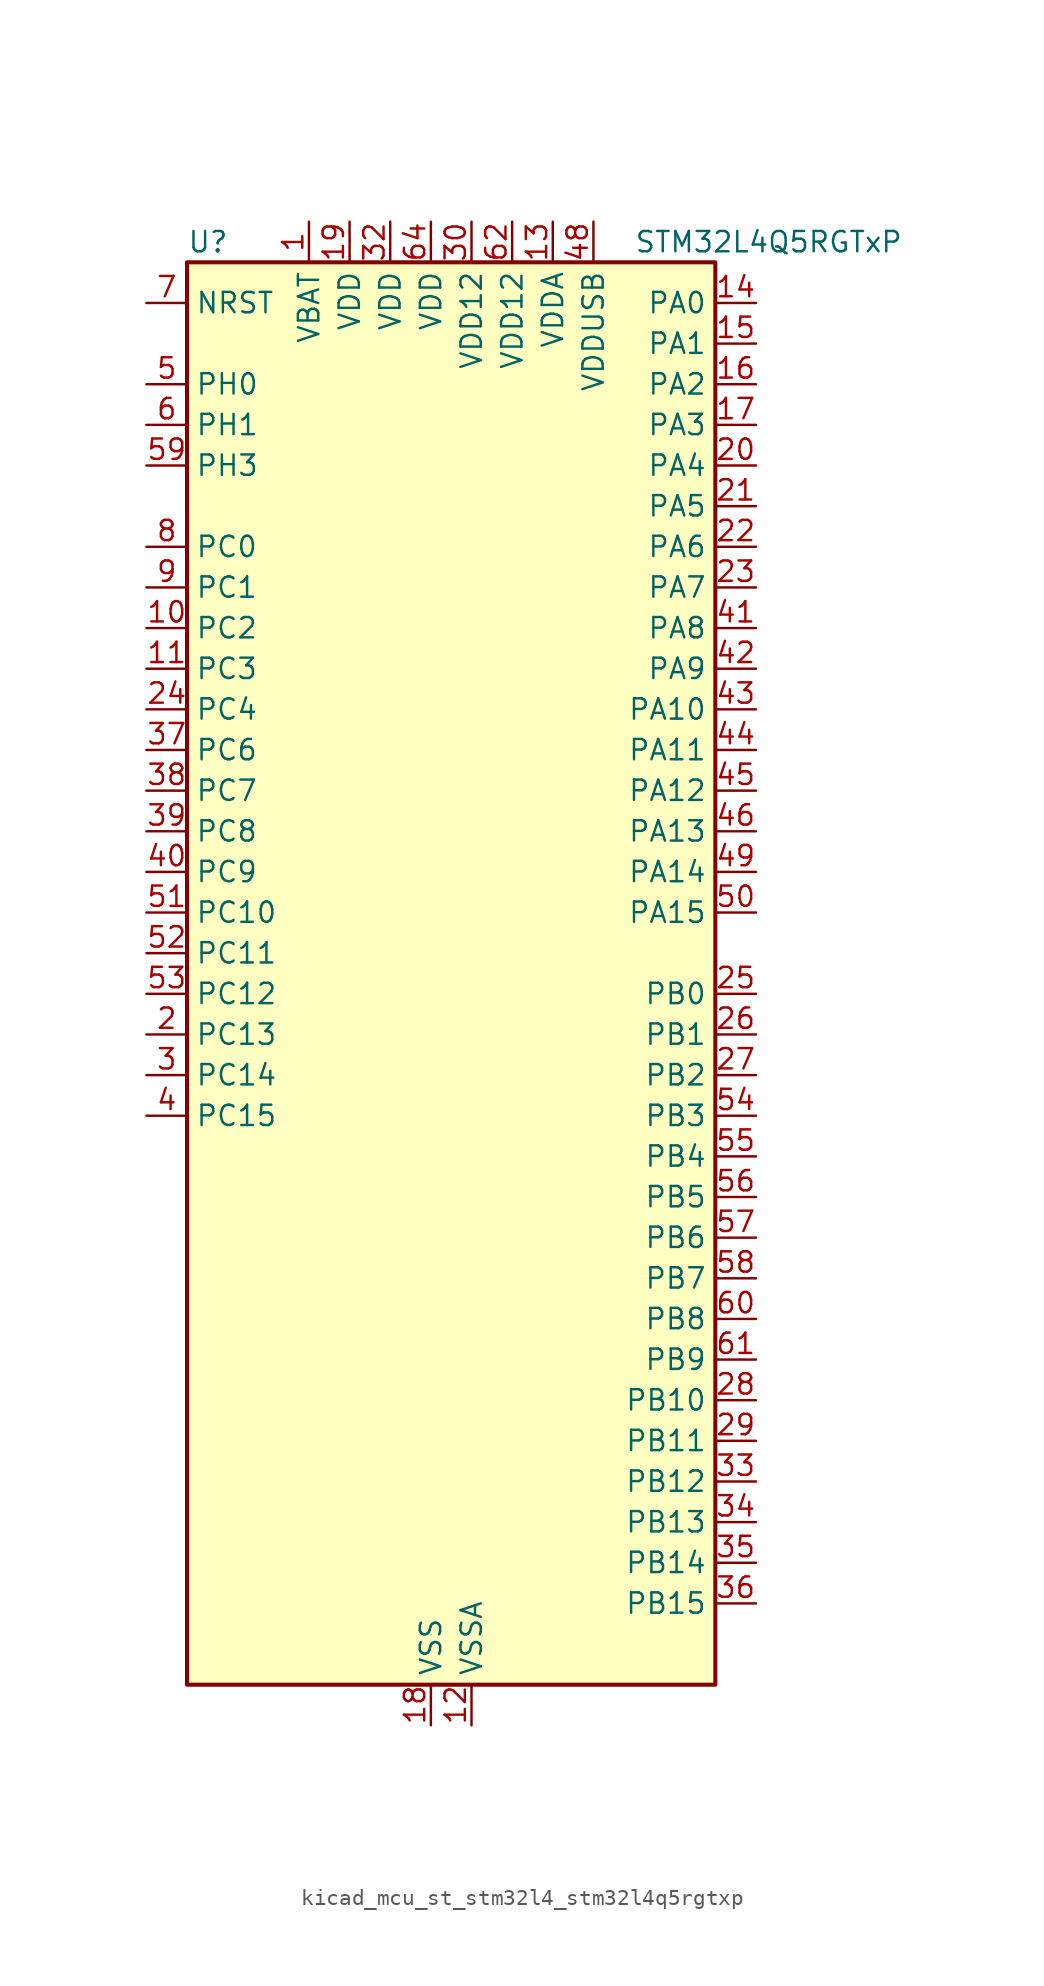
<source format=kicad_sym>
(kicad_symbol_lib
  (version 20220914)
  (generator kicad_symbol_editor)
  (symbol "kicad_mcu_st_stm32l4_stm32l4q5rgtxp"
    (property "Reference" "U"
      (at -15.24 46.99 0)
      (effects (font (size 1.27 1.27)) (justify left)))
    (property "Value" "STM32L4Q5RGTxP"
      (at 12.7 46.99 0)
      (effects (font (size 1.27 1.27)) (justify left)))
    (property "ki_locked" ""
      (at 0 0 0)
      (effects (font (size 1.27 1.27))))
    (symbol "kicad_mcu_st_stm32l4_stm32l4q5rgtxp_0_1"
      (rectangle (start -15.24 -43.18) (end 17.78 45.72) (stroke (width 0.254) (type default)) (fill (type background))))
    (symbol "kicad_mcu_st_stm32l4_stm32l4q5rgtxp_1_1"
      (pin power_in line (at -7.62 48.26 270) (length 2.54) (name "VBAT" (effects (font (size 1.27 1.27)))) (number "1" (effects (font (size 1.27 1.27)))))
      (pin bidirectional line (at -17.78 22.86 0) (length 2.54) (name "PC2" (effects (font (size 1.27 1.27)))) (number "10" (effects (font (size 1.27 1.27)))) (alternate "ADC1_IN3" bidirectional line) (alternate "ADC2_IN3" bidirectional line) (alternate "DFSDM1_CKOUT" bidirectional line) (alternate "LPTIM1_IN2" bidirectional line) (alternate "LTDC_HSYNC" bidirectional line) (alternate "OCTOSPIM_P1_IO5" bidirectional line) (alternate "SPI2_MISO" bidirectional line))
      (pin bidirectional line (at -17.78 20.32 0) (length 2.54) (name "PC3" (effects (font (size 1.27 1.27)))) (number "11" (effects (font (size 1.27 1.27)))) (alternate "ADC1_IN4" bidirectional line) (alternate "ADC2_IN4" bidirectional line) (alternate "LPTIM1_ETR" bidirectional line) (alternate "LPTIM2_ETR" bidirectional line) (alternate "OCTOSPIM_P1_IO6" bidirectional line) (alternate "SAI1_D1" bidirectional line) (alternate "SAI1_SD_A" bidirectional line) (alternate "SPI2_MOSI" bidirectional line))
      (pin power_in line (at 2.54 -45.72 90) (length 2.54) (name "VSSA" (effects (font (size 1.27 1.27)))) (number "12" (effects (font (size 1.27 1.27)))))
      (pin power_in line (at 7.62 48.26 270) (length 2.54) (name "VDDA" (effects (font (size 1.27 1.27)))) (number "13" (effects (font (size 1.27 1.27)))))
      (pin bidirectional line (at 20.32 43.18 180) (length 2.54) (name "PA0" (effects (font (size 1.27 1.27)))) (number "14" (effects (font (size 1.27 1.27)))) (alternate "ADC1_IN5" bidirectional line) (alternate "ADC2_IN5" bidirectional line) (alternate "OPAMP1_VINP" bidirectional line) (alternate "RTC_TAMP2" bidirectional line) (alternate "SAI1_EXTCLK" bidirectional line) (alternate "SYS_WKUP1" bidirectional line) (alternate "TIM2_CH1" bidirectional line) (alternate "TIM2_ETR" bidirectional line) (alternate "TIM5_CH1" bidirectional line) (alternate "TIM8_ETR" bidirectional line) (alternate "UART4_TX" bidirectional line) (alternate "USART2_CTS" bidirectional line) (alternate "USART2_NSS" bidirectional line))
      (pin bidirectional line (at 20.32 40.64 180) (length 2.54) (name "PA1" (effects (font (size 1.27 1.27)))) (number "15" (effects (font (size 1.27 1.27)))) (alternate "ADC1_IN6" bidirectional line) (alternate "ADC2_IN6" bidirectional line) (alternate "I2C1_SMBA" bidirectional line) (alternate "OCTOSPIM_P1_DQS" bidirectional line) (alternate "OPAMP1_VINM" bidirectional line) (alternate "SDMMC2_CMD" bidirectional line) (alternate "SPI1_SCK" bidirectional line) (alternate "TIM15_CH1N" bidirectional line) (alternate "TIM2_CH2" bidirectional line) (alternate "TIM5_CH2" bidirectional line) (alternate "UART4_RX" bidirectional line) (alternate "USART2_DE" bidirectional line) (alternate "USART2_RTS" bidirectional line))
      (pin bidirectional line (at 20.32 38.1 180) (length 2.54) (name "PA2" (effects (font (size 1.27 1.27)))) (number "16" (effects (font (size 1.27 1.27)))) (alternate "ADC1_IN7" bidirectional line) (alternate "ADC2_IN7" bidirectional line) (alternate "LPUART1_TX" bidirectional line) (alternate "OCTOSPIM_P1_NCS" bidirectional line) (alternate "RCC_LSCO" bidirectional line) (alternate "SAI2_EXTCLK" bidirectional line) (alternate "SYS_WKUP4" bidirectional line) (alternate "TIM15_CH1" bidirectional line) (alternate "TIM2_CH3" bidirectional line) (alternate "TIM5_CH3" bidirectional line) (alternate "USART2_TX" bidirectional line))
      (pin bidirectional line (at 20.32 35.56 180) (length 2.54) (name "PA3" (effects (font (size 1.27 1.27)))) (number "17" (effects (font (size 1.27 1.27)))) (alternate "ADC1_IN8" bidirectional line) (alternate "ADC2_IN8" bidirectional line) (alternate "LPUART1_RX" bidirectional line) (alternate "OCTOSPIM_P1_CLK" bidirectional line) (alternate "OPAMP1_VOUT" bidirectional line) (alternate "SAI1_CK1" bidirectional line) (alternate "SAI1_MCLK_A" bidirectional line) (alternate "TIM15_CH2" bidirectional line) (alternate "TIM2_CH4" bidirectional line) (alternate "TIM5_CH4" bidirectional line) (alternate "USART2_RX" bidirectional line))
      (pin power_in line (at 0 -45.72 90) (length 2.54) (name "VSS" (effects (font (size 1.27 1.27)))) (number "18" (effects (font (size 1.27 1.27)))))
      (pin power_in line (at -5.08 48.26 270) (length 2.54) (name "VDD" (effects (font (size 1.27 1.27)))) (number "19" (effects (font (size 1.27 1.27)))))
      (pin bidirectional line (at -17.78 -2.54 0) (length 2.54) (name "PC13" (effects (font (size 1.27 1.27)))) (number "2" (effects (font (size 1.27 1.27)))) (alternate "RTC_OUT1" bidirectional line) (alternate "RTC_TAMP1" bidirectional line) (alternate "RTC_TS" bidirectional line) (alternate "SYS_WKUP2" bidirectional line))
      (pin bidirectional line (at 20.32 33.02 180) (length 2.54) (name "PA4" (effects (font (size 1.27 1.27)))) (number "20" (effects (font (size 1.27 1.27)))) (alternate "ADC1_IN9" bidirectional line) (alternate "ADC2_IN9" bidirectional line) (alternate "DAC1_OUT1" bidirectional line) (alternate "DCMI_HSYNC" bidirectional line) (alternate "LPTIM2_OUT" bidirectional line) (alternate "LTDC_CLK" bidirectional line) (alternate "OCTOSPIM_P1_NCS" bidirectional line) (alternate "PSSI_DE" bidirectional line) (alternate "SAI1_FS_B" bidirectional line) (alternate "SPI1_NSS" bidirectional line) (alternate "SPI3_NSS" bidirectional line) (alternate "USART2_CK" bidirectional line))
      (pin bidirectional line (at 20.32 30.48 180) (length 2.54) (name "PA5" (effects (font (size 1.27 1.27)))) (number "21" (effects (font (size 1.27 1.27)))) (alternate "ADC1_IN10" bidirectional line) (alternate "ADC2_IN10" bidirectional line) (alternate "DAC1_OUT2" bidirectional line) (alternate "LPTIM2_ETR" bidirectional line) (alternate "LTDC_R7" bidirectional line) (alternate "PSSI_D14" bidirectional line) (alternate "SPI1_SCK" bidirectional line) (alternate "TIM2_CH1" bidirectional line) (alternate "TIM2_ETR" bidirectional line) (alternate "TIM8_CH1N" bidirectional line))
      (pin bidirectional line (at 20.32 27.94 180) (length 2.54) (name "PA6" (effects (font (size 1.27 1.27)))) (number "22" (effects (font (size 1.27 1.27)))) (alternate "ADC1_IN11" bidirectional line) (alternate "ADC2_IN11" bidirectional line) (alternate "DCMI_PIXCLK" bidirectional line) (alternate "LPUART1_CTS" bidirectional line) (alternate "OCTOSPIM_P1_IO3" bidirectional line) (alternate "OPAMP2_VINP" bidirectional line) (alternate "PSSI_PDCK" bidirectional line) (alternate "SPI1_MISO" bidirectional line) (alternate "TIM16_CH1" bidirectional line) (alternate "TIM1_BKIN" bidirectional line) (alternate "TIM3_CH1" bidirectional line) (alternate "TIM8_BKIN" bidirectional line) (alternate "USART3_CTS" bidirectional line) (alternate "USART3_NSS" bidirectional line))
      (pin bidirectional line (at 20.32 25.4 180) (length 2.54) (name "PA7" (effects (font (size 1.27 1.27)))) (number "23" (effects (font (size 1.27 1.27)))) (alternate "ADC1_IN12" bidirectional line) (alternate "ADC2_IN12" bidirectional line) (alternate "I2C3_SCL" bidirectional line) (alternate "OCTOSPIM_P1_IO2" bidirectional line) (alternate "OPAMP2_VINM" bidirectional line) (alternate "SPI1_MOSI" bidirectional line) (alternate "TIM17_CH1" bidirectional line) (alternate "TIM1_CH1N" bidirectional line) (alternate "TIM3_CH2" bidirectional line) (alternate "TIM8_CH1N" bidirectional line))
      (pin bidirectional line (at -17.78 17.78 0) (length 2.54) (name "PC4" (effects (font (size 1.27 1.27)))) (number "24" (effects (font (size 1.27 1.27)))) (alternate "ADC1_IN13" bidirectional line) (alternate "ADC2_IN13" bidirectional line) (alternate "COMP1_INM" bidirectional line) (alternate "OCTOSPIM_P1_IO7" bidirectional line) (alternate "OCTOSPIM_P2_NCS" bidirectional line) (alternate "USART3_TX" bidirectional line))
      (pin bidirectional line (at 20.32 0 180) (length 2.54) (name "PB0" (effects (font (size 1.27 1.27)))) (number "25" (effects (font (size 1.27 1.27)))) (alternate "ADC1_IN15" bidirectional line) (alternate "ADC2_IN15" bidirectional line) (alternate "COMP1_OUT" bidirectional line) (alternate "LTDC_B6" bidirectional line) (alternate "OCTOSPIM_P1_IO1" bidirectional line) (alternate "OPAMP2_VOUT" bidirectional line) (alternate "SAI1_EXTCLK" bidirectional line) (alternate "SPI1_NSS" bidirectional line) (alternate "TIM1_CH2N" bidirectional line) (alternate "TIM3_CH3" bidirectional line) (alternate "TIM8_CH2N" bidirectional line) (alternate "USART3_CK" bidirectional line))
      (pin bidirectional line (at 20.32 -2.54 180) (length 2.54) (name "PB1" (effects (font (size 1.27 1.27)))) (number "26" (effects (font (size 1.27 1.27)))) (alternate "ADC1_IN16" bidirectional line) (alternate "ADC2_IN16" bidirectional line) (alternate "COMP1_INM" bidirectional line) (alternate "DFSDM1_DATIN0" bidirectional line) (alternate "LPTIM2_IN1" bidirectional line) (alternate "LPUART1_DE" bidirectional line) (alternate "LPUART1_RTS" bidirectional line) (alternate "LTDC_G6" bidirectional line) (alternate "OCTOSPIM_P1_IO0" bidirectional line) (alternate "TIM1_CH3N" bidirectional line) (alternate "TIM3_CH4" bidirectional line) (alternate "TIM8_CH3N" bidirectional line) (alternate "USART3_DE" bidirectional line) (alternate "USART3_RTS" bidirectional line))
      (pin bidirectional line (at 20.32 -5.08 180) (length 2.54) (name "PB2" (effects (font (size 1.27 1.27)))) (number "27" (effects (font (size 1.27 1.27)))) (alternate "COMP1_INP" bidirectional line) (alternate "DFSDM1_CKIN0" bidirectional line) (alternate "I2C3_SMBA" bidirectional line) (alternate "LPTIM1_OUT" bidirectional line) (alternate "OCTOSPIM_P1_DQS" bidirectional line) (alternate "RTC_OUT2" bidirectional line))
      (pin bidirectional line (at 20.32 -25.4 180) (length 2.54) (name "PB10" (effects (font (size 1.27 1.27)))) (number "28" (effects (font (size 1.27 1.27)))) (alternate "COMP1_OUT" bidirectional line) (alternate "I2C2_SCL" bidirectional line) (alternate "I2C4_SCL" bidirectional line) (alternate "LPUART1_RX" bidirectional line) (alternate "OCTOSPIM_P1_CLK" bidirectional line) (alternate "OCTOSPIM_P1_IO3" bidirectional line) (alternate "SAI1_SCK_A" bidirectional line) (alternate "SPI2_SCK" bidirectional line) (alternate "TIM2_CH3" bidirectional line) (alternate "TSC_SYNC" bidirectional line) (alternate "USART3_TX" bidirectional line))
      (pin bidirectional line (at 20.32 -27.94 180) (length 2.54) (name "PB11" (effects (font (size 1.27 1.27)))) (number "29" (effects (font (size 1.27 1.27)))) (alternate "ADC1_EXTI11" bidirectional line) (alternate "ADC2_EXTI11" bidirectional line) (alternate "COMP2_OUT" bidirectional line) (alternate "I2C2_SDA" bidirectional line) (alternate "I2C4_SDA" bidirectional line) (alternate "LPUART1_TX" bidirectional line) (alternate "LTDC_VSYNC" bidirectional line) (alternate "OCTOSPIM_P1_NCS" bidirectional line) (alternate "TIM2_CH4" bidirectional line) (alternate "USART3_RX" bidirectional line))
      (pin bidirectional line (at -17.78 -5.08 0) (length 2.54) (name "PC14" (effects (font (size 1.27 1.27)))) (number "3" (effects (font (size 1.27 1.27)))) (alternate "RCC_OSC32_IN" bidirectional line))
      (pin power_in line (at 2.54 48.26 270) (length 2.54) (name "VDD12" (effects (font (size 1.27 1.27)))) (number "30" (effects (font (size 1.27 1.27)))))
      (pin passive line (at 0 -45.72 90) (length 2.54) hide (name "VSS" (effects (font (size 1.27 1.27)))) (number "31" (effects (font (size 1.27 1.27)))))
      (pin power_in line (at -2.54 48.26 270) (length 2.54) (name "VDD" (effects (font (size 1.27 1.27)))) (number "32" (effects (font (size 1.27 1.27)))))
      (pin bidirectional line (at 20.32 -30.48 180) (length 2.54) (name "PB12" (effects (font (size 1.27 1.27)))) (number "33" (effects (font (size 1.27 1.27)))) (alternate "DFSDM1_DATIN1" bidirectional line) (alternate "I2C2_SMBA" bidirectional line) (alternate "LPUART1_DE" bidirectional line) (alternate "LPUART1_RTS" bidirectional line) (alternate "OCTOSPIM_P1_NCLK" bidirectional line) (alternate "SAI2_FS_A" bidirectional line) (alternate "SDMMC2_CK" bidirectional line) (alternate "SPI2_NSS" bidirectional line) (alternate "TIM15_BKIN" bidirectional line) (alternate "TIM1_BKIN" bidirectional line) (alternate "TSC_G1_IO1" bidirectional line) (alternate "USART3_CK" bidirectional line))
      (pin bidirectional line (at 20.32 -33.02 180) (length 2.54) (name "PB13" (effects (font (size 1.27 1.27)))) (number "34" (effects (font (size 1.27 1.27)))) (alternate "DFSDM1_CKIN1" bidirectional line) (alternate "I2C2_SCL" bidirectional line) (alternate "LPUART1_CTS" bidirectional line) (alternate "OCTOSPIM_P1_IO1" bidirectional line) (alternate "SAI2_SCK_A" bidirectional line) (alternate "SPI2_SCK" bidirectional line) (alternate "TIM15_CH1N" bidirectional line) (alternate "TIM1_CH1N" bidirectional line) (alternate "TSC_G1_IO2" bidirectional line) (alternate "USART3_CTS" bidirectional line) (alternate "USART3_NSS" bidirectional line))
      (pin bidirectional line (at 20.32 -35.56 180) (length 2.54) (name "PB14" (effects (font (size 1.27 1.27)))) (number "35" (effects (font (size 1.27 1.27)))) (alternate "DFSDM1_DATIN2" bidirectional line) (alternate "I2C2_SDA" bidirectional line) (alternate "OCTOSPIM_P1_IO6" bidirectional line) (alternate "SAI2_MCLK_A" bidirectional line) (alternate "SDMMC2_D0" bidirectional line) (alternate "SPI2_MISO" bidirectional line) (alternate "TIM15_CH1" bidirectional line) (alternate "TIM1_CH2N" bidirectional line) (alternate "TIM8_CH2N" bidirectional line) (alternate "TSC_G1_IO3" bidirectional line) (alternate "USART3_DE" bidirectional line) (alternate "USART3_RTS" bidirectional line))
      (pin bidirectional line (at 20.32 -38.1 180) (length 2.54) (name "PB15" (effects (font (size 1.27 1.27)))) (number "36" (effects (font (size 1.27 1.27)))) (alternate "ADC1_EXTI15" bidirectional line) (alternate "ADC2_EXTI15" bidirectional line) (alternate "DFSDM1_CKIN2" bidirectional line) (alternate "OCTOSPIM_P1_IO7" bidirectional line) (alternate "RTC_REFIN" bidirectional line) (alternate "SAI2_SD_A" bidirectional line) (alternate "SDMMC2_D1" bidirectional line) (alternate "SPI2_MOSI" bidirectional line) (alternate "TIM15_CH2" bidirectional line) (alternate "TIM1_CH3N" bidirectional line) (alternate "TIM8_CH3N" bidirectional line) (alternate "TSC_G1_IO4" bidirectional line))
      (pin bidirectional line (at -17.78 15.24 0) (length 2.54) (name "PC6" (effects (font (size 1.27 1.27)))) (number "37" (effects (font (size 1.27 1.27)))) (alternate "DCMI_D0" bidirectional line) (alternate "DFSDM1_CKIN3" bidirectional line) (alternate "LTDC_G7" bidirectional line) (alternate "PSSI_D0" bidirectional line) (alternate "SAI2_MCLK_A" bidirectional line) (alternate "SDMMC1_D0DIR" bidirectional line) (alternate "SDMMC1_D6" bidirectional line) (alternate "SDMMC2_D6" bidirectional line) (alternate "TIM3_CH1" bidirectional line) (alternate "TIM8_CH1" bidirectional line) (alternate "TSC_G4_IO1" bidirectional line))
      (pin bidirectional line (at -17.78 12.7 0) (length 2.54) (name "PC7" (effects (font (size 1.27 1.27)))) (number "38" (effects (font (size 1.27 1.27)))) (alternate "DCMI_D1" bidirectional line) (alternate "DFSDM1_DATIN3" bidirectional line) (alternate "LTDC_B6" bidirectional line) (alternate "PSSI_D1" bidirectional line) (alternate "SAI2_MCLK_B" bidirectional line) (alternate "SDMMC1_D123DIR" bidirectional line) (alternate "SDMMC1_D7" bidirectional line) (alternate "SDMMC2_D7" bidirectional line) (alternate "TIM3_CH2" bidirectional line) (alternate "TIM8_CH2" bidirectional line) (alternate "TSC_G4_IO2" bidirectional line))
      (pin bidirectional line (at -17.78 10.16 0) (length 2.54) (name "PC8" (effects (font (size 1.27 1.27)))) (number "39" (effects (font (size 1.27 1.27)))) (alternate "DCMI_D2" bidirectional line) (alternate "PSSI_D2" bidirectional line) (alternate "SDMMC1_D0" bidirectional line) (alternate "TIM3_CH3" bidirectional line) (alternate "TIM8_CH3" bidirectional line) (alternate "TSC_G4_IO3" bidirectional line))
      (pin bidirectional line (at -17.78 -7.62 0) (length 2.54) (name "PC15" (effects (font (size 1.27 1.27)))) (number "4" (effects (font (size 1.27 1.27)))) (alternate "ADC1_EXTI15" bidirectional line) (alternate "ADC2_EXTI15" bidirectional line) (alternate "RCC_OSC32_OUT" bidirectional line))
      (pin bidirectional line (at -17.78 7.62 0) (length 2.54) (name "PC9" (effects (font (size 1.27 1.27)))) (number "40" (effects (font (size 1.27 1.27)))) (alternate "DAC1_EXTI9" bidirectional line) (alternate "DCMI_D3" bidirectional line) (alternate "I2C3_SDA" bidirectional line) (alternate "PSSI_D3" bidirectional line) (alternate "SAI2_EXTCLK" bidirectional line) (alternate "SDMMC1_D1" bidirectional line) (alternate "SYS_TRACED0" bidirectional line) (alternate "TIM3_CH4" bidirectional line) (alternate "TIM8_BKIN2" bidirectional line) (alternate "TIM8_CH4" bidirectional line) (alternate "TSC_G4_IO4" bidirectional line) (alternate "USB_OTG_FS_NOE" bidirectional line))
      (pin bidirectional line (at 20.32 22.86 180) (length 2.54) (name "PA8" (effects (font (size 1.27 1.27)))) (number "41" (effects (font (size 1.27 1.27)))) (alternate "LPTIM2_OUT" bidirectional line) (alternate "LTDC_B7" bidirectional line) (alternate "RCC_MCO" bidirectional line) (alternate "SAI1_CK2" bidirectional line) (alternate "SAI1_SCK_A" bidirectional line) (alternate "TIM1_CH1" bidirectional line) (alternate "USART1_CK" bidirectional line) (alternate "USB_OTG_FS_SOF" bidirectional line))
      (pin bidirectional line (at 20.32 20.32 180) (length 2.54) (name "PA9" (effects (font (size 1.27 1.27)))) (number "42" (effects (font (size 1.27 1.27)))) (alternate "DAC1_EXTI9" bidirectional line) (alternate "DCMI_D0" bidirectional line) (alternate "LTDC_G7" bidirectional line) (alternate "PSSI_D0" bidirectional line) (alternate "SAI1_FS_A" bidirectional line) (alternate "SPI2_SCK" bidirectional line) (alternate "TIM15_BKIN" bidirectional line) (alternate "TIM1_CH2" bidirectional line) (alternate "USART1_TX" bidirectional line) (alternate "USB_OTG_FS_VBUS" bidirectional line))
      (pin bidirectional line (at 20.32 17.78 180) (length 2.54) (name "PA10" (effects (font (size 1.27 1.27)))) (number "43" (effects (font (size 1.27 1.27)))) (alternate "DCMI_D1" bidirectional line) (alternate "LTDC_G6" bidirectional line) (alternate "PSSI_D1" bidirectional line) (alternate "SAI1_D1" bidirectional line) (alternate "SAI1_SD_A" bidirectional line) (alternate "TIM17_BKIN" bidirectional line) (alternate "TIM1_CH3" bidirectional line) (alternate "USART1_RX" bidirectional line) (alternate "USB_OTG_FS_ID" bidirectional line))
      (pin bidirectional line (at 20.32 15.24 180) (length 2.54) (name "PA11" (effects (font (size 1.27 1.27)))) (number "44" (effects (font (size 1.27 1.27)))) (alternate "ADC1_EXTI11" bidirectional line) (alternate "ADC2_EXTI11" bidirectional line) (alternate "CAN1_RX" bidirectional line) (alternate "LTDC_DE" bidirectional line) (alternate "SPI1_MISO" bidirectional line) (alternate "TIM1_BKIN2" bidirectional line) (alternate "TIM1_CH4" bidirectional line) (alternate "USART1_CTS" bidirectional line) (alternate "USART1_NSS" bidirectional line) (alternate "USB_OTG_FS_DM" bidirectional line))
      (pin bidirectional line (at 20.32 12.7 180) (length 2.54) (name "PA12" (effects (font (size 1.27 1.27)))) (number "45" (effects (font (size 1.27 1.27)))) (alternate "CAN1_TX" bidirectional line) (alternate "LTDC_VSYNC" bidirectional line) (alternate "OCTOSPIM_P2_NCS" bidirectional line) (alternate "SPI1_MOSI" bidirectional line) (alternate "TIM1_ETR" bidirectional line) (alternate "USART1_DE" bidirectional line) (alternate "USART1_RTS" bidirectional line) (alternate "USB_OTG_FS_DP" bidirectional line))
      (pin bidirectional line (at 20.32 10.16 180) (length 2.54) (name "PA13" (effects (font (size 1.27 1.27)))) (number "46" (effects (font (size 1.27 1.27)))) (alternate "IR_OUT" bidirectional line) (alternate "SAI1_SD_B" bidirectional line) (alternate "SYS_JTMS-SWDIO" bidirectional line) (alternate "USB_OTG_FS_NOE" bidirectional line))
      (pin passive line (at 0 -45.72 90) (length 2.54) hide (name "VSS" (effects (font (size 1.27 1.27)))) (number "47" (effects (font (size 1.27 1.27)))))
      (pin power_in line (at 10.16 48.26 270) (length 2.54) (name "VDDUSB" (effects (font (size 1.27 1.27)))) (number "48" (effects (font (size 1.27 1.27)))))
      (pin bidirectional line (at 20.32 7.62 180) (length 2.54) (name "PA14" (effects (font (size 1.27 1.27)))) (number "49" (effects (font (size 1.27 1.27)))) (alternate "I2C1_SMBA" bidirectional line) (alternate "I2C4_SMBA" bidirectional line) (alternate "LPTIM1_OUT" bidirectional line) (alternate "SAI1_FS_B" bidirectional line) (alternate "SYS_JTCK-SWCLK" bidirectional line) (alternate "USB_OTG_FS_SOF" bidirectional line))
      (pin bidirectional line (at -17.78 38.1 0) (length 2.54) (name "PH0" (effects (font (size 1.27 1.27)))) (number "5" (effects (font (size 1.27 1.27)))) (alternate "RCC_OSC_IN" bidirectional line))
      (pin bidirectional line (at 20.32 5.08 180) (length 2.54) (name "PA15" (effects (font (size 1.27 1.27)))) (number "50" (effects (font (size 1.27 1.27)))) (alternate "ADC1_EXTI15" bidirectional line) (alternate "ADC2_EXTI15" bidirectional line) (alternate "LTDC_HSYNC" bidirectional line) (alternate "SAI2_FS_B" bidirectional line) (alternate "SPI1_NSS" bidirectional line) (alternate "SPI3_NSS" bidirectional line) (alternate "SYS_JTDI" bidirectional line) (alternate "TIM2_CH1" bidirectional line) (alternate "TIM2_ETR" bidirectional line) (alternate "TSC_G3_IO1" bidirectional line) (alternate "UART4_DE" bidirectional line) (alternate "UART4_RTS" bidirectional line) (alternate "USART2_RX" bidirectional line) (alternate "USART3_DE" bidirectional line) (alternate "USART3_RTS" bidirectional line))
      (pin bidirectional line (at -17.78 5.08 0) (length 2.54) (name "PC10" (effects (font (size 1.27 1.27)))) (number "51" (effects (font (size 1.27 1.27)))) (alternate "DCMI_D8" bidirectional line) (alternate "DCMI_VSYNC" bidirectional line) (alternate "PSSI_D8" bidirectional line) (alternate "PSSI_RDY" bidirectional line) (alternate "SAI2_SCK_B" bidirectional line) (alternate "SDMMC1_D2" bidirectional line) (alternate "SPI3_SCK" bidirectional line) (alternate "SYS_TRACED1" bidirectional line) (alternate "TSC_G3_IO2" bidirectional line) (alternate "UART4_TX" bidirectional line) (alternate "USART3_TX" bidirectional line))
      (pin bidirectional line (at -17.78 2.54 0) (length 2.54) (name "PC11" (effects (font (size 1.27 1.27)))) (number "52" (effects (font (size 1.27 1.27)))) (alternate "ADC1_EXTI11" bidirectional line) (alternate "ADC2_EXTI11" bidirectional line) (alternate "DCMI_D2" bidirectional line) (alternate "DCMI_D4" bidirectional line) (alternate "OCTOSPIM_P1_NCS" bidirectional line) (alternate "PSSI_D2" bidirectional line) (alternate "PSSI_D4" bidirectional line) (alternate "SAI2_MCLK_B" bidirectional line) (alternate "SDMMC1_D3" bidirectional line) (alternate "SPI3_MISO" bidirectional line) (alternate "TSC_G3_IO3" bidirectional line) (alternate "UART4_RX" bidirectional line) (alternate "USART3_RX" bidirectional line))
      (pin bidirectional line (at -17.78 0 0) (length 2.54) (name "PC12" (effects (font (size 1.27 1.27)))) (number "53" (effects (font (size 1.27 1.27)))) (alternate "DCMI_D9" bidirectional line) (alternate "LTDC_R6" bidirectional line) (alternate "PSSI_D9" bidirectional line) (alternate "SAI2_SD_B" bidirectional line) (alternate "SDMMC1_CK" bidirectional line) (alternate "SPI3_MOSI" bidirectional line) (alternate "SYS_TRACED3" bidirectional line) (alternate "TSC_G3_IO4" bidirectional line) (alternate "USART3_CK" bidirectional line))
      (pin bidirectional line (at 20.32 -7.62 180) (length 2.54) (name "PB3" (effects (font (size 1.27 1.27)))) (number "54" (effects (font (size 1.27 1.27)))) (alternate "COMP2_INM" bidirectional line) (alternate "CRS_SYNC" bidirectional line) (alternate "OCTOSPIM_P1_IO4" bidirectional line) (alternate "SAI1_SCK_B" bidirectional line) (alternate "SDMMC2_D2" bidirectional line) (alternate "SPI1_SCK" bidirectional line) (alternate "SPI3_SCK" bidirectional line) (alternate "SYS_JTDO-SWO" bidirectional line) (alternate "TIM2_CH2" bidirectional line) (alternate "USART1_DE" bidirectional line) (alternate "USART1_RTS" bidirectional line))
      (pin bidirectional line (at 20.32 -10.16 180) (length 2.54) (name "PB4" (effects (font (size 1.27 1.27)))) (number "55" (effects (font (size 1.27 1.27)))) (alternate "COMP2_INP" bidirectional line) (alternate "DCMI_D12" bidirectional line) (alternate "I2C3_SDA" bidirectional line) (alternate "OCTOSPIM_P1_IO5" bidirectional line) (alternate "PSSI_D12" bidirectional line) (alternate "SAI1_MCLK_B" bidirectional line) (alternate "SDMMC2_D3" bidirectional line) (alternate "SPI1_MISO" bidirectional line) (alternate "SPI3_MISO" bidirectional line) (alternate "SYS_JTRST" bidirectional line) (alternate "TIM17_BKIN" bidirectional line) (alternate "TIM3_CH1" bidirectional line) (alternate "TSC_G2_IO1" bidirectional line) (alternate "USART1_CTS" bidirectional line) (alternate "USART1_NSS" bidirectional line))
      (pin bidirectional line (at 20.32 -12.7 180) (length 2.54) (name "PB5" (effects (font (size 1.27 1.27)))) (number "56" (effects (font (size 1.27 1.27)))) (alternate "COMP2_OUT" bidirectional line) (alternate "DCMI_D10" bidirectional line) (alternate "I2C1_SMBA" bidirectional line) (alternate "LPTIM1_IN1" bidirectional line) (alternate "OCTOSPIM_P1_IO0" bidirectional line) (alternate "PSSI_D10" bidirectional line) (alternate "SAI1_SD_B" bidirectional line) (alternate "SPI1_MOSI" bidirectional line) (alternate "SPI3_MOSI" bidirectional line) (alternate "TIM16_BKIN" bidirectional line) (alternate "TIM3_CH2" bidirectional line) (alternate "TSC_G2_IO2" bidirectional line) (alternate "USART1_CK" bidirectional line))
      (pin bidirectional line (at 20.32 -15.24 180) (length 2.54) (name "PB6" (effects (font (size 1.27 1.27)))) (number "57" (effects (font (size 1.27 1.27)))) (alternate "COMP2_INP" bidirectional line) (alternate "DCMI_D5" bidirectional line) (alternate "I2C1_SCL" bidirectional line) (alternate "I2C4_SCL" bidirectional line) (alternate "LPTIM1_ETR" bidirectional line) (alternate "LTDC_R6" bidirectional line) (alternate "PSSI_D5" bidirectional line) (alternate "SAI1_FS_B" bidirectional line) (alternate "TIM16_CH1N" bidirectional line) (alternate "TIM4_CH1" bidirectional line) (alternate "TIM8_BKIN2" bidirectional line) (alternate "TSC_G2_IO3" bidirectional line) (alternate "USART1_TX" bidirectional line))
      (pin bidirectional line (at 20.32 -17.78 180) (length 2.54) (name "PB7" (effects (font (size 1.27 1.27)))) (number "58" (effects (font (size 1.27 1.27)))) (alternate "COMP2_INM" bidirectional line) (alternate "DCMI_VSYNC" bidirectional line) (alternate "I2C1_SDA" bidirectional line) (alternate "I2C4_SDA" bidirectional line) (alternate "LPTIM1_IN2" bidirectional line) (alternate "LTDC_VSYNC" bidirectional line) (alternate "PSSI_RDY" bidirectional line) (alternate "SYS_PVD_IN" bidirectional line) (alternate "TIM17_CH1N" bidirectional line) (alternate "TIM4_CH2" bidirectional line) (alternate "TIM8_BKIN" bidirectional line) (alternate "TSC_G2_IO4" bidirectional line) (alternate "UART4_CTS" bidirectional line) (alternate "USART1_RX" bidirectional line))
      (pin bidirectional line (at -17.78 33.02 0) (length 2.54) (name "PH3" (effects (font (size 1.27 1.27)))) (number "59" (effects (font (size 1.27 1.27)))))
      (pin bidirectional line (at -17.78 35.56 0) (length 2.54) (name "PH1" (effects (font (size 1.27 1.27)))) (number "6" (effects (font (size 1.27 1.27)))) (alternate "RCC_OSC_OUT" bidirectional line))
      (pin bidirectional line (at 20.32 -20.32 180) (length 2.54) (name "PB8" (effects (font (size 1.27 1.27)))) (number "60" (effects (font (size 1.27 1.27)))) (alternate "CAN1_RX" bidirectional line) (alternate "DCMI_D6" bidirectional line) (alternate "DFSDM1_CKOUT" bidirectional line) (alternate "I2C1_SCL" bidirectional line) (alternate "LTDC_DE" bidirectional line) (alternate "PSSI_D6" bidirectional line) (alternate "SAI1_CK1" bidirectional line) (alternate "SAI1_MCLK_A" bidirectional line) (alternate "SDMMC1_CKIN" bidirectional line) (alternate "SDMMC1_D4" bidirectional line) (alternate "SDMMC2_D4" bidirectional line) (alternate "TIM16_CH1" bidirectional line) (alternate "TIM4_CH3" bidirectional line))
      (pin bidirectional line (at 20.32 -22.86 180) (length 2.54) (name "PB9" (effects (font (size 1.27 1.27)))) (number "61" (effects (font (size 1.27 1.27)))) (alternate "CAN1_TX" bidirectional line) (alternate "DAC1_EXTI9" bidirectional line) (alternate "DCMI_D7" bidirectional line) (alternate "I2C1_SDA" bidirectional line) (alternate "IR_OUT" bidirectional line) (alternate "PSSI_D7" bidirectional line) (alternate "SAI1_D2" bidirectional line) (alternate "SAI1_FS_A" bidirectional line) (alternate "SDMMC1_CDIR" bidirectional line) (alternate "SDMMC1_D5" bidirectional line) (alternate "SDMMC2_D5" bidirectional line) (alternate "SPI2_NSS" bidirectional line) (alternate "TIM17_CH1" bidirectional line) (alternate "TIM4_CH4" bidirectional line))
      (pin power_in line (at 5.08 48.26 270) (length 2.54) (name "VDD12" (effects (font (size 1.27 1.27)))) (number "62" (effects (font (size 1.27 1.27)))))
      (pin passive line (at 0 -45.72 90) (length 2.54) hide (name "VSS" (effects (font (size 1.27 1.27)))) (number "63" (effects (font (size 1.27 1.27)))))
      (pin power_in line (at 0 48.26 270) (length 2.54) (name "VDD" (effects (font (size 1.27 1.27)))) (number "64" (effects (font (size 1.27 1.27)))))
      (pin input line (at -17.78 43.18 0) (length 2.54) (name "NRST" (effects (font (size 1.27 1.27)))) (number "7" (effects (font (size 1.27 1.27)))))
      (pin bidirectional line (at -17.78 27.94 0) (length 2.54) (name "PC0" (effects (font (size 1.27 1.27)))) (number "8" (effects (font (size 1.27 1.27)))) (alternate "ADC1_IN1" bidirectional line) (alternate "ADC2_IN1" bidirectional line) (alternate "I2C3_SCL" bidirectional line) (alternate "LPTIM1_IN1" bidirectional line) (alternate "LPTIM2_IN1" bidirectional line) (alternate "LPUART1_RX" bidirectional line) (alternate "LTDC_DE" bidirectional line) (alternate "SAI2_FS_A" bidirectional line) (alternate "SDMMC1_CMD" bidirectional line) (alternate "SDMMC2_CKIN" bidirectional line))
      (pin bidirectional line (at -17.78 25.4 0) (length 2.54) (name "PC1" (effects (font (size 1.27 1.27)))) (number "9" (effects (font (size 1.27 1.27)))) (alternate "ADC1_IN2" bidirectional line) (alternate "ADC2_IN2" bidirectional line) (alternate "I2C3_SDA" bidirectional line) (alternate "LPTIM1_OUT" bidirectional line) (alternate "LPUART1_TX" bidirectional line) (alternate "OCTOSPIM_P1_IO4" bidirectional line) (alternate "SAI1_SD_A" bidirectional line) (alternate "SPI2_MOSI" bidirectional line) (alternate "SYS_TRACED0" bidirectional line)))))
</source>
